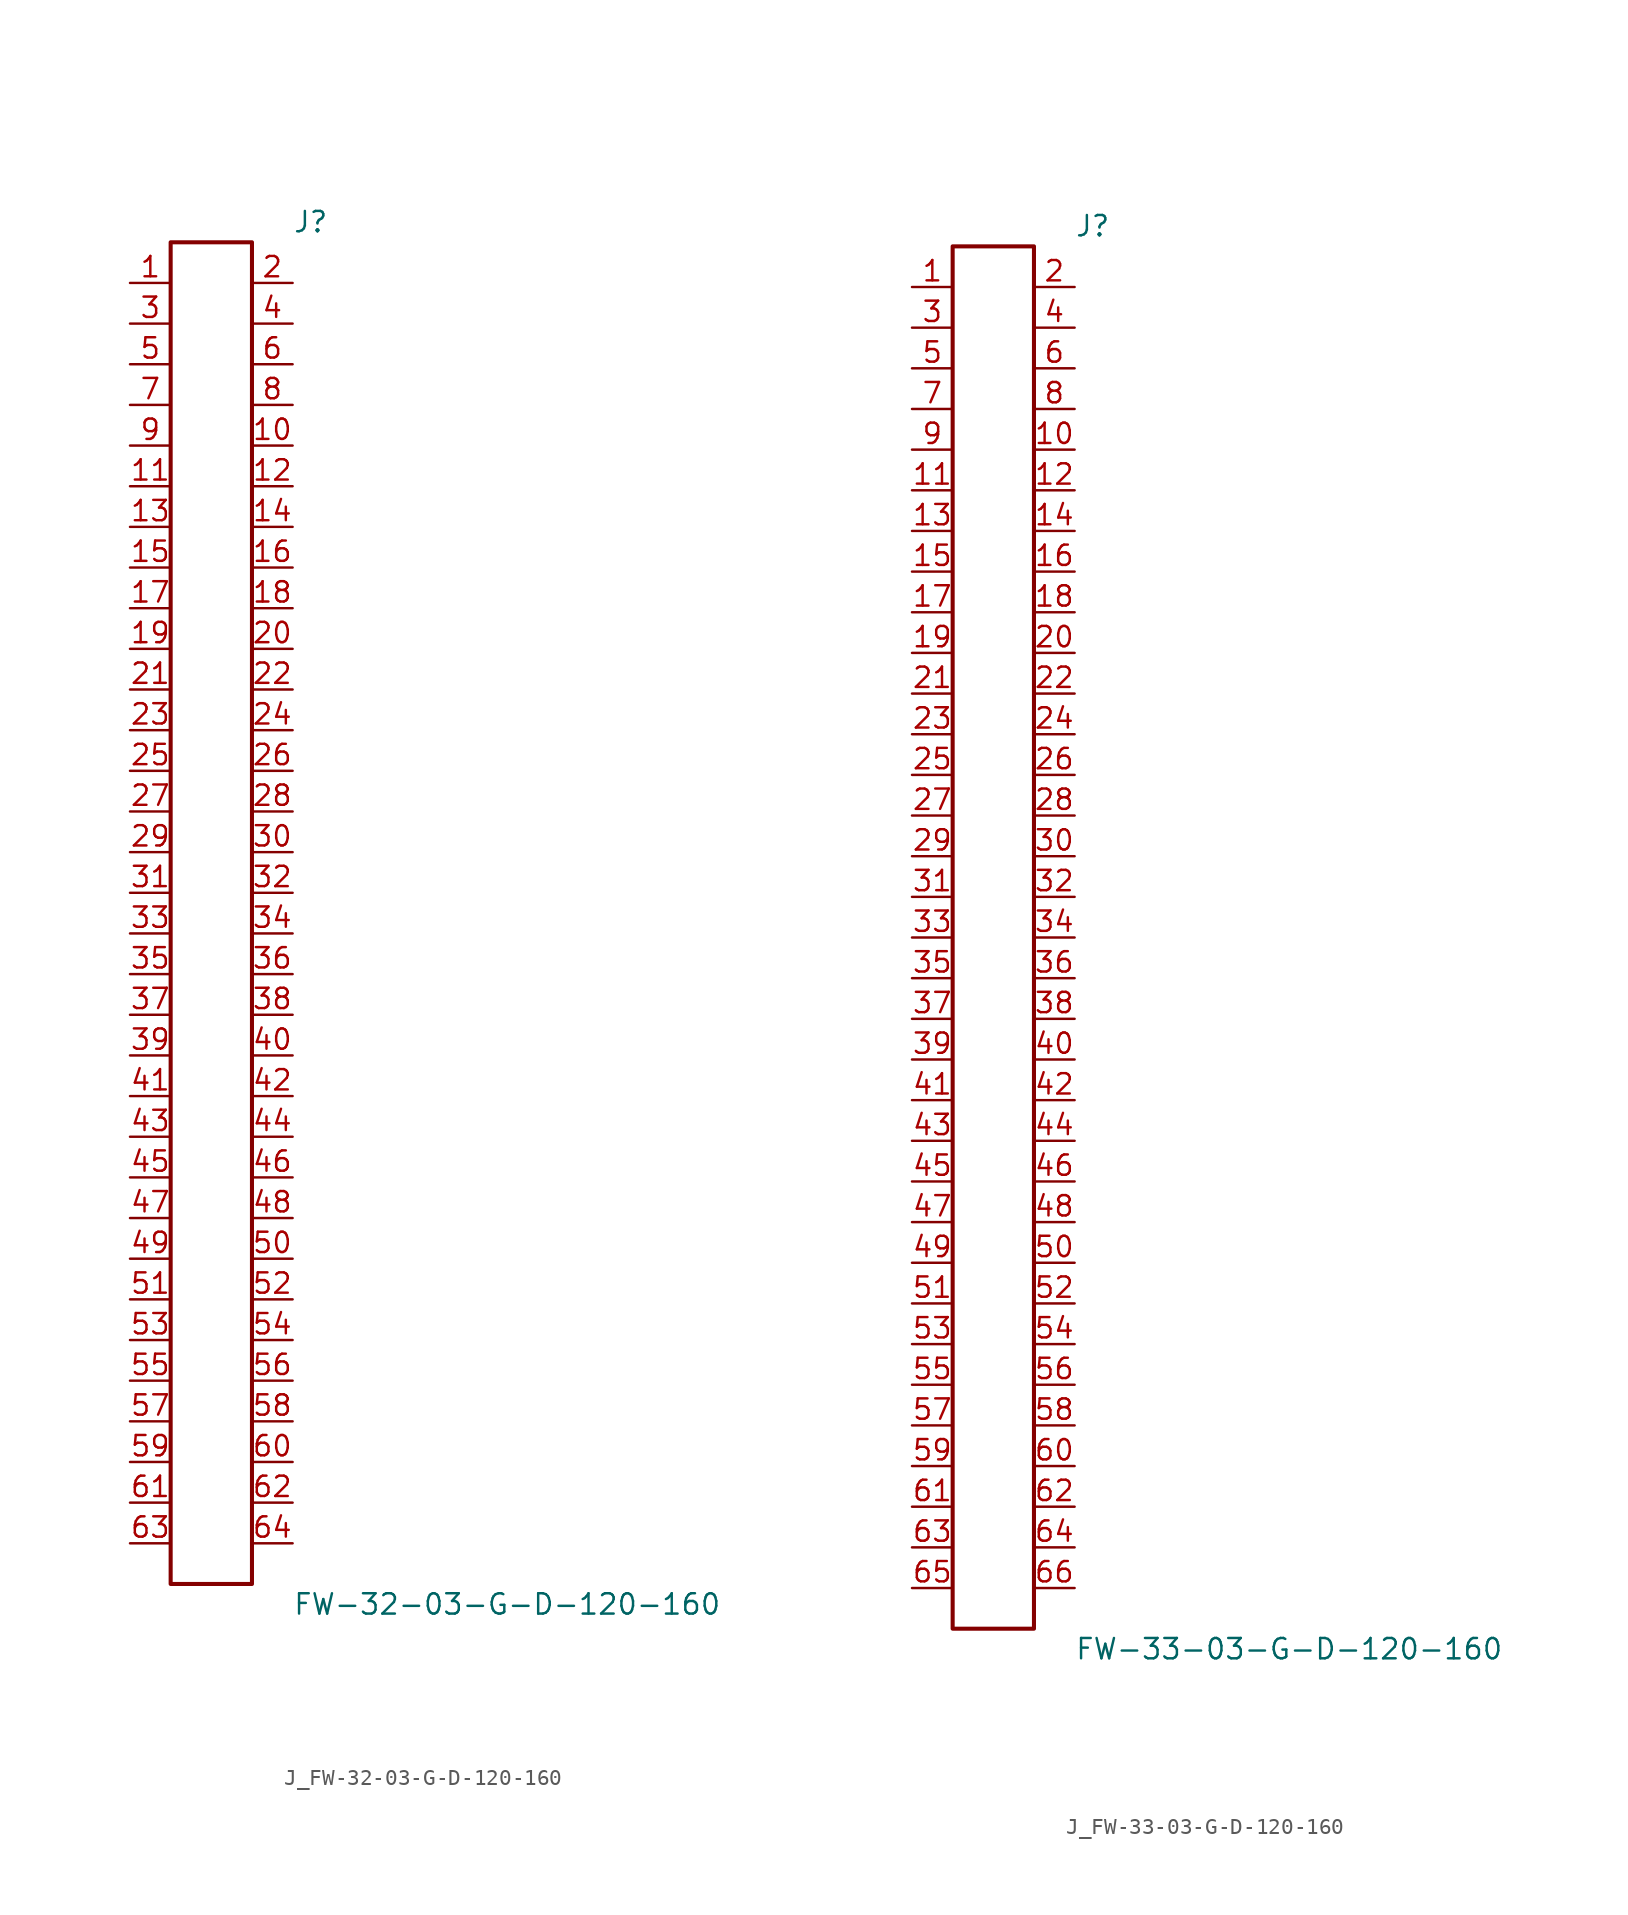
<source format=kicad_sym>
(kicad_symbol_lib
  (version 20231120)
  (generator kicad_symbol_editor)
  (generator_version 8.0)
  (symbol "J_FW-32-03-G-D-120-160"
    (pin_names
      (offset 0.254))
    (property "Reference" "J"
      (at 5.08 43.18 0)
      (effects (font (size 1.27 1.27)) (justify left)))
    (property "Value" "FW-32-03-G-D-120-160"
      (at 5.08 -43.18 0)
      (effects (font (size 1.27 1.27)) (justify left)))
    (symbol "J_FW-32-03-G-D-120-160_0_0"
      (pin passive line (at -5.08 39.37 0) (length 2.54) (name "" (effects (font (size 1.27 1.27)))) (number "1" (effects (font (size 1.27 1.27)))))
      (pin passive line (at 5.08 39.37 180) (length 2.54) (name "" (effects (font (size 1.27 1.27)))) (number "2" (effects (font (size 1.27 1.27)))))
      (pin passive line (at -5.08 36.83 0) (length 2.54) (name "" (effects (font (size 1.27 1.27)))) (number "3" (effects (font (size 1.27 1.27)))))
      (pin passive line (at 5.08 36.83 180) (length 2.54) (name "" (effects (font (size 1.27 1.27)))) (number "4" (effects (font (size 1.27 1.27)))))
      (pin passive line (at -5.08 34.29 0) (length 2.54) (name "" (effects (font (size 1.27 1.27)))) (number "5" (effects (font (size 1.27 1.27)))))
      (pin passive line (at 5.08 34.29 180) (length 2.54) (name "" (effects (font (size 1.27 1.27)))) (number "6" (effects (font (size 1.27 1.27)))))
      (pin passive line (at -5.08 31.75 0) (length 2.54) (name "" (effects (font (size 1.27 1.27)))) (number "7" (effects (font (size 1.27 1.27)))))
      (pin passive line (at 5.08 31.75 180) (length 2.54) (name "" (effects (font (size 1.27 1.27)))) (number "8" (effects (font (size 1.27 1.27)))))
      (pin passive line (at -5.08 29.21 0) (length 2.54) (name "" (effects (font (size 1.27 1.27)))) (number "9" (effects (font (size 1.27 1.27)))))
      (pin passive line (at 5.08 29.21 180) (length 2.54) (name "" (effects (font (size 1.27 1.27)))) (number "10" (effects (font (size 1.27 1.27)))))
      (pin passive line (at -5.08 26.67 0) (length 2.54) (name "" (effects (font (size 1.27 1.27)))) (number "11" (effects (font (size 1.27 1.27)))))
      (pin passive line (at 5.08 26.67 180) (length 2.54) (name "" (effects (font (size 1.27 1.27)))) (number "12" (effects (font (size 1.27 1.27)))))
      (pin passive line (at -5.08 24.13 0) (length 2.54) (name "" (effects (font (size 1.27 1.27)))) (number "13" (effects (font (size 1.27 1.27)))))
      (pin passive line (at 5.08 24.13 180) (length 2.54) (name "" (effects (font (size 1.27 1.27)))) (number "14" (effects (font (size 1.27 1.27)))))
      (pin passive line (at -5.08 21.59 0) (length 2.54) (name "" (effects (font (size 1.27 1.27)))) (number "15" (effects (font (size 1.27 1.27)))))
      (pin passive line (at 5.08 21.59 180) (length 2.54) (name "" (effects (font (size 1.27 1.27)))) (number "16" (effects (font (size 1.27 1.27)))))
      (pin passive line (at -5.08 19.05 0) (length 2.54) (name "" (effects (font (size 1.27 1.27)))) (number "17" (effects (font (size 1.27 1.27)))))
      (pin passive line (at 5.08 19.05 180) (length 2.54) (name "" (effects (font (size 1.27 1.27)))) (number "18" (effects (font (size 1.27 1.27)))))
      (pin passive line (at -5.08 16.51 0) (length 2.54) (name "" (effects (font (size 1.27 1.27)))) (number "19" (effects (font (size 1.27 1.27)))))
      (pin passive line (at 5.08 16.51 180) (length 2.54) (name "" (effects (font (size 1.27 1.27)))) (number "20" (effects (font (size 1.27 1.27)))))
      (pin passive line (at -5.08 13.97 0) (length 2.54) (name "" (effects (font (size 1.27 1.27)))) (number "21" (effects (font (size 1.27 1.27)))))
      (pin passive line (at 5.08 13.97 180) (length 2.54) (name "" (effects (font (size 1.27 1.27)))) (number "22" (effects (font (size 1.27 1.27)))))
      (pin passive line (at -5.08 11.43 0) (length 2.54) (name "" (effects (font (size 1.27 1.27)))) (number "23" (effects (font (size 1.27 1.27)))))
      (pin passive line (at 5.08 11.43 180) (length 2.54) (name "" (effects (font (size 1.27 1.27)))) (number "24" (effects (font (size 1.27 1.27)))))
      (pin passive line (at -5.08 8.89 0) (length 2.54) (name "" (effects (font (size 1.27 1.27)))) (number "25" (effects (font (size 1.27 1.27)))))
      (pin passive line (at 5.08 8.89 180) (length 2.54) (name "" (effects (font (size 1.27 1.27)))) (number "26" (effects (font (size 1.27 1.27)))))
      (pin passive line (at -5.08 6.35 0) (length 2.54) (name "" (effects (font (size 1.27 1.27)))) (number "27" (effects (font (size 1.27 1.27)))))
      (pin passive line (at 5.08 6.35 180) (length 2.54) (name "" (effects (font (size 1.27 1.27)))) (number "28" (effects (font (size 1.27 1.27)))))
      (pin passive line (at -5.08 3.81 0) (length 2.54) (name "" (effects (font (size 1.27 1.27)))) (number "29" (effects (font (size 1.27 1.27)))))
      (pin passive line (at 5.08 3.81 180) (length 2.54) (name "" (effects (font (size 1.27 1.27)))) (number "30" (effects (font (size 1.27 1.27)))))
      (pin passive line (at -5.08 1.27 0) (length 2.54) (name "" (effects (font (size 1.27 1.27)))) (number "31" (effects (font (size 1.27 1.27)))))
      (pin passive line (at 5.08 1.27 180) (length 2.54) (name "" (effects (font (size 1.27 1.27)))) (number "32" (effects (font (size 1.27 1.27)))))
      (pin passive line (at -5.08 -1.27 0) (length 2.54) (name "" (effects (font (size 1.27 1.27)))) (number "33" (effects (font (size 1.27 1.27)))))
      (pin passive line (at 5.08 -1.27 180) (length 2.54) (name "" (effects (font (size 1.27 1.27)))) (number "34" (effects (font (size 1.27 1.27)))))
      (pin passive line (at -5.08 -3.81 0) (length 2.54) (name "" (effects (font (size 1.27 1.27)))) (number "35" (effects (font (size 1.27 1.27)))))
      (pin passive line (at 5.08 -3.81 180) (length 2.54) (name "" (effects (font (size 1.27 1.27)))) (number "36" (effects (font (size 1.27 1.27)))))
      (pin passive line (at -5.08 -6.35 0) (length 2.54) (name "" (effects (font (size 1.27 1.27)))) (number "37" (effects (font (size 1.27 1.27)))))
      (pin passive line (at 5.08 -6.35 180) (length 2.54) (name "" (effects (font (size 1.27 1.27)))) (number "38" (effects (font (size 1.27 1.27)))))
      (pin passive line (at -5.08 -8.89 0) (length 2.54) (name "" (effects (font (size 1.27 1.27)))) (number "39" (effects (font (size 1.27 1.27)))))
      (pin passive line (at 5.08 -8.89 180) (length 2.54) (name "" (effects (font (size 1.27 1.27)))) (number "40" (effects (font (size 1.27 1.27)))))
      (pin passive line (at -5.08 -11.43 0) (length 2.54) (name "" (effects (font (size 1.27 1.27)))) (number "41" (effects (font (size 1.27 1.27)))))
      (pin passive line (at 5.08 -11.43 180) (length 2.54) (name "" (effects (font (size 1.27 1.27)))) (number "42" (effects (font (size 1.27 1.27)))))
      (pin passive line (at -5.08 -13.97 0) (length 2.54) (name "" (effects (font (size 1.27 1.27)))) (number "43" (effects (font (size 1.27 1.27)))))
      (pin passive line (at 5.08 -13.97 180) (length 2.54) (name "" (effects (font (size 1.27 1.27)))) (number "44" (effects (font (size 1.27 1.27)))))
      (pin passive line (at -5.08 -16.51 0) (length 2.54) (name "" (effects (font (size 1.27 1.27)))) (number "45" (effects (font (size 1.27 1.27)))))
      (pin passive line (at 5.08 -16.51 180) (length 2.54) (name "" (effects (font (size 1.27 1.27)))) (number "46" (effects (font (size 1.27 1.27)))))
      (pin passive line (at -5.08 -19.05 0) (length 2.54) (name "" (effects (font (size 1.27 1.27)))) (number "47" (effects (font (size 1.27 1.27)))))
      (pin passive line (at 5.08 -19.05 180) (length 2.54) (name "" (effects (font (size 1.27 1.27)))) (number "48" (effects (font (size 1.27 1.27)))))
      (pin passive line (at -5.08 -21.59 0) (length 2.54) (name "" (effects (font (size 1.27 1.27)))) (number "49" (effects (font (size 1.27 1.27)))))
      (pin passive line (at 5.08 -21.59 180) (length 2.54) (name "" (effects (font (size 1.27 1.27)))) (number "50" (effects (font (size 1.27 1.27)))))
      (pin passive line (at -5.08 -24.13 0) (length 2.54) (name "" (effects (font (size 1.27 1.27)))) (number "51" (effects (font (size 1.27 1.27)))))
      (pin passive line (at 5.08 -24.13 180) (length 2.54) (name "" (effects (font (size 1.27 1.27)))) (number "52" (effects (font (size 1.27 1.27)))))
      (pin passive line (at -5.08 -26.67 0) (length 2.54) (name "" (effects (font (size 1.27 1.27)))) (number "53" (effects (font (size 1.27 1.27)))))
      (pin passive line (at 5.08 -26.67 180) (length 2.54) (name "" (effects (font (size 1.27 1.27)))) (number "54" (effects (font (size 1.27 1.27)))))
      (pin passive line (at -5.08 -29.21 0) (length 2.54) (name "" (effects (font (size 1.27 1.27)))) (number "55" (effects (font (size 1.27 1.27)))))
      (pin passive line (at 5.08 -29.21 180) (length 2.54) (name "" (effects (font (size 1.27 1.27)))) (number "56" (effects (font (size 1.27 1.27)))))
      (pin passive line (at -5.08 -31.75 0) (length 2.54) (name "" (effects (font (size 1.27 1.27)))) (number "57" (effects (font (size 1.27 1.27)))))
      (pin passive line (at 5.08 -31.75 180) (length 2.54) (name "" (effects (font (size 1.27 1.27)))) (number "58" (effects (font (size 1.27 1.27)))))
      (pin passive line (at -5.08 -34.29 0) (length 2.54) (name "" (effects (font (size 1.27 1.27)))) (number "59" (effects (font (size 1.27 1.27)))))
      (pin passive line (at 5.08 -34.29 180) (length 2.54) (name "" (effects (font (size 1.27 1.27)))) (number "60" (effects (font (size 1.27 1.27)))))
      (pin passive line (at -5.08 -36.83 0) (length 2.54) (name "" (effects (font (size 1.27 1.27)))) (number "61" (effects (font (size 1.27 1.27)))))
      (pin passive line (at 5.08 -36.83 180) (length 2.54) (name "" (effects (font (size 1.27 1.27)))) (number "62" (effects (font (size 1.27 1.27)))))
      (pin passive line (at -5.08 -39.37 0) (length 2.54) (name "" (effects (font (size 1.27 1.27)))) (number "63" (effects (font (size 1.27 1.27)))))
      (pin passive line (at 5.08 -39.37 180) (length 2.54) (name "" (effects (font (size 1.27 1.27)))) (number "64" (effects (font (size 1.27 1.27))))))
    (symbol "J_FW-32-03-G-D-120-160_1_0"
      (rectangle (start -2.54 41.91) (end 2.54 -41.91) (stroke (width 0.254) (type solid)) (fill (type none)))))
  (symbol "J_FW-33-03-G-D-120-160"
    (pin_names
      (offset 0.254))
    (property "Reference" "J"
      (at 5.08 44.45 0)
      (effects (font (size 1.27 1.27)) (justify left)))
    (property "Value" "FW-33-03-G-D-120-160"
      (at 5.08 -44.45 0)
      (effects (font (size 1.27 1.27)) (justify left)))
    (symbol "J_FW-33-03-G-D-120-160_0_0"
      (pin passive line (at -5.08 40.64 0) (length 2.54) (name "" (effects (font (size 1.27 1.27)))) (number "1" (effects (font (size 1.27 1.27)))))
      (pin passive line (at 5.08 40.64 180) (length 2.54) (name "" (effects (font (size 1.27 1.27)))) (number "2" (effects (font (size 1.27 1.27)))))
      (pin passive line (at -5.08 38.1 0) (length 2.54) (name "" (effects (font (size 1.27 1.27)))) (number "3" (effects (font (size 1.27 1.27)))))
      (pin passive line (at 5.08 38.1 180) (length 2.54) (name "" (effects (font (size 1.27 1.27)))) (number "4" (effects (font (size 1.27 1.27)))))
      (pin passive line (at -5.08 35.56 0) (length 2.54) (name "" (effects (font (size 1.27 1.27)))) (number "5" (effects (font (size 1.27 1.27)))))
      (pin passive line (at 5.08 35.56 180) (length 2.54) (name "" (effects (font (size 1.27 1.27)))) (number "6" (effects (font (size 1.27 1.27)))))
      (pin passive line (at -5.08 33.02 0) (length 2.54) (name "" (effects (font (size 1.27 1.27)))) (number "7" (effects (font (size 1.27 1.27)))))
      (pin passive line (at 5.08 33.02 180) (length 2.54) (name "" (effects (font (size 1.27 1.27)))) (number "8" (effects (font (size 1.27 1.27)))))
      (pin passive line (at -5.08 30.48 0) (length 2.54) (name "" (effects (font (size 1.27 1.27)))) (number "9" (effects (font (size 1.27 1.27)))))
      (pin passive line (at 5.08 30.48 180) (length 2.54) (name "" (effects (font (size 1.27 1.27)))) (number "10" (effects (font (size 1.27 1.27)))))
      (pin passive line (at -5.08 27.94 0) (length 2.54) (name "" (effects (font (size 1.27 1.27)))) (number "11" (effects (font (size 1.27 1.27)))))
      (pin passive line (at 5.08 27.94 180) (length 2.54) (name "" (effects (font (size 1.27 1.27)))) (number "12" (effects (font (size 1.27 1.27)))))
      (pin passive line (at -5.08 25.4 0) (length 2.54) (name "" (effects (font (size 1.27 1.27)))) (number "13" (effects (font (size 1.27 1.27)))))
      (pin passive line (at 5.08 25.4 180) (length 2.54) (name "" (effects (font (size 1.27 1.27)))) (number "14" (effects (font (size 1.27 1.27)))))
      (pin passive line (at -5.08 22.86 0) (length 2.54) (name "" (effects (font (size 1.27 1.27)))) (number "15" (effects (font (size 1.27 1.27)))))
      (pin passive line (at 5.08 22.86 180) (length 2.54) (name "" (effects (font (size 1.27 1.27)))) (number "16" (effects (font (size 1.27 1.27)))))
      (pin passive line (at -5.08 20.32 0) (length 2.54) (name "" (effects (font (size 1.27 1.27)))) (number "17" (effects (font (size 1.27 1.27)))))
      (pin passive line (at 5.08 20.32 180) (length 2.54) (name "" (effects (font (size 1.27 1.27)))) (number "18" (effects (font (size 1.27 1.27)))))
      (pin passive line (at -5.08 17.78 0) (length 2.54) (name "" (effects (font (size 1.27 1.27)))) (number "19" (effects (font (size 1.27 1.27)))))
      (pin passive line (at 5.08 17.78 180) (length 2.54) (name "" (effects (font (size 1.27 1.27)))) (number "20" (effects (font (size 1.27 1.27)))))
      (pin passive line (at -5.08 15.24 0) (length 2.54) (name "" (effects (font (size 1.27 1.27)))) (number "21" (effects (font (size 1.27 1.27)))))
      (pin passive line (at 5.08 15.24 180) (length 2.54) (name "" (effects (font (size 1.27 1.27)))) (number "22" (effects (font (size 1.27 1.27)))))
      (pin passive line (at -5.08 12.7 0) (length 2.54) (name "" (effects (font (size 1.27 1.27)))) (number "23" (effects (font (size 1.27 1.27)))))
      (pin passive line (at 5.08 12.7 180) (length 2.54) (name "" (effects (font (size 1.27 1.27)))) (number "24" (effects (font (size 1.27 1.27)))))
      (pin passive line (at -5.08 10.16 0) (length 2.54) (name "" (effects (font (size 1.27 1.27)))) (number "25" (effects (font (size 1.27 1.27)))))
      (pin passive line (at 5.08 10.16 180) (length 2.54) (name "" (effects (font (size 1.27 1.27)))) (number "26" (effects (font (size 1.27 1.27)))))
      (pin passive line (at -5.08 7.62 0) (length 2.54) (name "" (effects (font (size 1.27 1.27)))) (number "27" (effects (font (size 1.27 1.27)))))
      (pin passive line (at 5.08 7.62 180) (length 2.54) (name "" (effects (font (size 1.27 1.27)))) (number "28" (effects (font (size 1.27 1.27)))))
      (pin passive line (at -5.08 5.08 0) (length 2.54) (name "" (effects (font (size 1.27 1.27)))) (number "29" (effects (font (size 1.27 1.27)))))
      (pin passive line (at 5.08 5.08 180) (length 2.54) (name "" (effects (font (size 1.27 1.27)))) (number "30" (effects (font (size 1.27 1.27)))))
      (pin passive line (at -5.08 2.54 0) (length 2.54) (name "" (effects (font (size 1.27 1.27)))) (number "31" (effects (font (size 1.27 1.27)))))
      (pin passive line (at 5.08 2.54 180) (length 2.54) (name "" (effects (font (size 1.27 1.27)))) (number "32" (effects (font (size 1.27 1.27)))))
      (pin passive line (at -5.08 0.0 0) (length 2.54) (name "" (effects (font (size 1.27 1.27)))) (number "33" (effects (font (size 1.27 1.27)))))
      (pin passive line (at 5.08 0.0 180) (length 2.54) (name "" (effects (font (size 1.27 1.27)))) (number "34" (effects (font (size 1.27 1.27)))))
      (pin passive line (at -5.08 -2.54 0) (length 2.54) (name "" (effects (font (size 1.27 1.27)))) (number "35" (effects (font (size 1.27 1.27)))))
      (pin passive line (at 5.08 -2.54 180) (length 2.54) (name "" (effects (font (size 1.27 1.27)))) (number "36" (effects (font (size 1.27 1.27)))))
      (pin passive line (at -5.08 -5.08 0) (length 2.54) (name "" (effects (font (size 1.27 1.27)))) (number "37" (effects (font (size 1.27 1.27)))))
      (pin passive line (at 5.08 -5.08 180) (length 2.54) (name "" (effects (font (size 1.27 1.27)))) (number "38" (effects (font (size 1.27 1.27)))))
      (pin passive line (at -5.08 -7.62 0) (length 2.54) (name "" (effects (font (size 1.27 1.27)))) (number "39" (effects (font (size 1.27 1.27)))))
      (pin passive line (at 5.08 -7.62 180) (length 2.54) (name "" (effects (font (size 1.27 1.27)))) (number "40" (effects (font (size 1.27 1.27)))))
      (pin passive line (at -5.08 -10.16 0) (length 2.54) (name "" (effects (font (size 1.27 1.27)))) (number "41" (effects (font (size 1.27 1.27)))))
      (pin passive line (at 5.08 -10.16 180) (length 2.54) (name "" (effects (font (size 1.27 1.27)))) (number "42" (effects (font (size 1.27 1.27)))))
      (pin passive line (at -5.08 -12.7 0) (length 2.54) (name "" (effects (font (size 1.27 1.27)))) (number "43" (effects (font (size 1.27 1.27)))))
      (pin passive line (at 5.08 -12.7 180) (length 2.54) (name "" (effects (font (size 1.27 1.27)))) (number "44" (effects (font (size 1.27 1.27)))))
      (pin passive line (at -5.08 -15.24 0) (length 2.54) (name "" (effects (font (size 1.27 1.27)))) (number "45" (effects (font (size 1.27 1.27)))))
      (pin passive line (at 5.08 -15.24 180) (length 2.54) (name "" (effects (font (size 1.27 1.27)))) (number "46" (effects (font (size 1.27 1.27)))))
      (pin passive line (at -5.08 -17.78 0) (length 2.54) (name "" (effects (font (size 1.27 1.27)))) (number "47" (effects (font (size 1.27 1.27)))))
      (pin passive line (at 5.08 -17.78 180) (length 2.54) (name "" (effects (font (size 1.27 1.27)))) (number "48" (effects (font (size 1.27 1.27)))))
      (pin passive line (at -5.08 -20.32 0) (length 2.54) (name "" (effects (font (size 1.27 1.27)))) (number "49" (effects (font (size 1.27 1.27)))))
      (pin passive line (at 5.08 -20.32 180) (length 2.54) (name "" (effects (font (size 1.27 1.27)))) (number "50" (effects (font (size 1.27 1.27)))))
      (pin passive line (at -5.08 -22.86 0) (length 2.54) (name "" (effects (font (size 1.27 1.27)))) (number "51" (effects (font (size 1.27 1.27)))))
      (pin passive line (at 5.08 -22.86 180) (length 2.54) (name "" (effects (font (size 1.27 1.27)))) (number "52" (effects (font (size 1.27 1.27)))))
      (pin passive line (at -5.08 -25.4 0) (length 2.54) (name "" (effects (font (size 1.27 1.27)))) (number "53" (effects (font (size 1.27 1.27)))))
      (pin passive line (at 5.08 -25.4 180) (length 2.54) (name "" (effects (font (size 1.27 1.27)))) (number "54" (effects (font (size 1.27 1.27)))))
      (pin passive line (at -5.08 -27.94 0) (length 2.54) (name "" (effects (font (size 1.27 1.27)))) (number "55" (effects (font (size 1.27 1.27)))))
      (pin passive line (at 5.08 -27.94 180) (length 2.54) (name "" (effects (font (size 1.27 1.27)))) (number "56" (effects (font (size 1.27 1.27)))))
      (pin passive line (at -5.08 -30.48 0) (length 2.54) (name "" (effects (font (size 1.27 1.27)))) (number "57" (effects (font (size 1.27 1.27)))))
      (pin passive line (at 5.08 -30.48 180) (length 2.54) (name "" (effects (font (size 1.27 1.27)))) (number "58" (effects (font (size 1.27 1.27)))))
      (pin passive line (at -5.08 -33.02 0) (length 2.54) (name "" (effects (font (size 1.27 1.27)))) (number "59" (effects (font (size 1.27 1.27)))))
      (pin passive line (at 5.08 -33.02 180) (length 2.54) (name "" (effects (font (size 1.27 1.27)))) (number "60" (effects (font (size 1.27 1.27)))))
      (pin passive line (at -5.08 -35.56 0) (length 2.54) (name "" (effects (font (size 1.27 1.27)))) (number "61" (effects (font (size 1.27 1.27)))))
      (pin passive line (at 5.08 -35.56 180) (length 2.54) (name "" (effects (font (size 1.27 1.27)))) (number "62" (effects (font (size 1.27 1.27)))))
      (pin passive line (at -5.08 -38.1 0) (length 2.54) (name "" (effects (font (size 1.27 1.27)))) (number "63" (effects (font (size 1.27 1.27)))))
      (pin passive line (at 5.08 -38.1 180) (length 2.54) (name "" (effects (font (size 1.27 1.27)))) (number "64" (effects (font (size 1.27 1.27)))))
      (pin passive line (at -5.08 -40.64 0) (length 2.54) (name "" (effects (font (size 1.27 1.27)))) (number "65" (effects (font (size 1.27 1.27)))))
      (pin passive line (at 5.08 -40.64 180) (length 2.54) (name "" (effects (font (size 1.27 1.27)))) (number "66" (effects (font (size 1.27 1.27))))))
    (symbol "J_FW-33-03-G-D-120-160_1_0"
      (rectangle (start -2.54 43.18) (end 2.54 -43.18) (stroke (width 0.254) (type solid)) (fill (type none))))))
</source>
